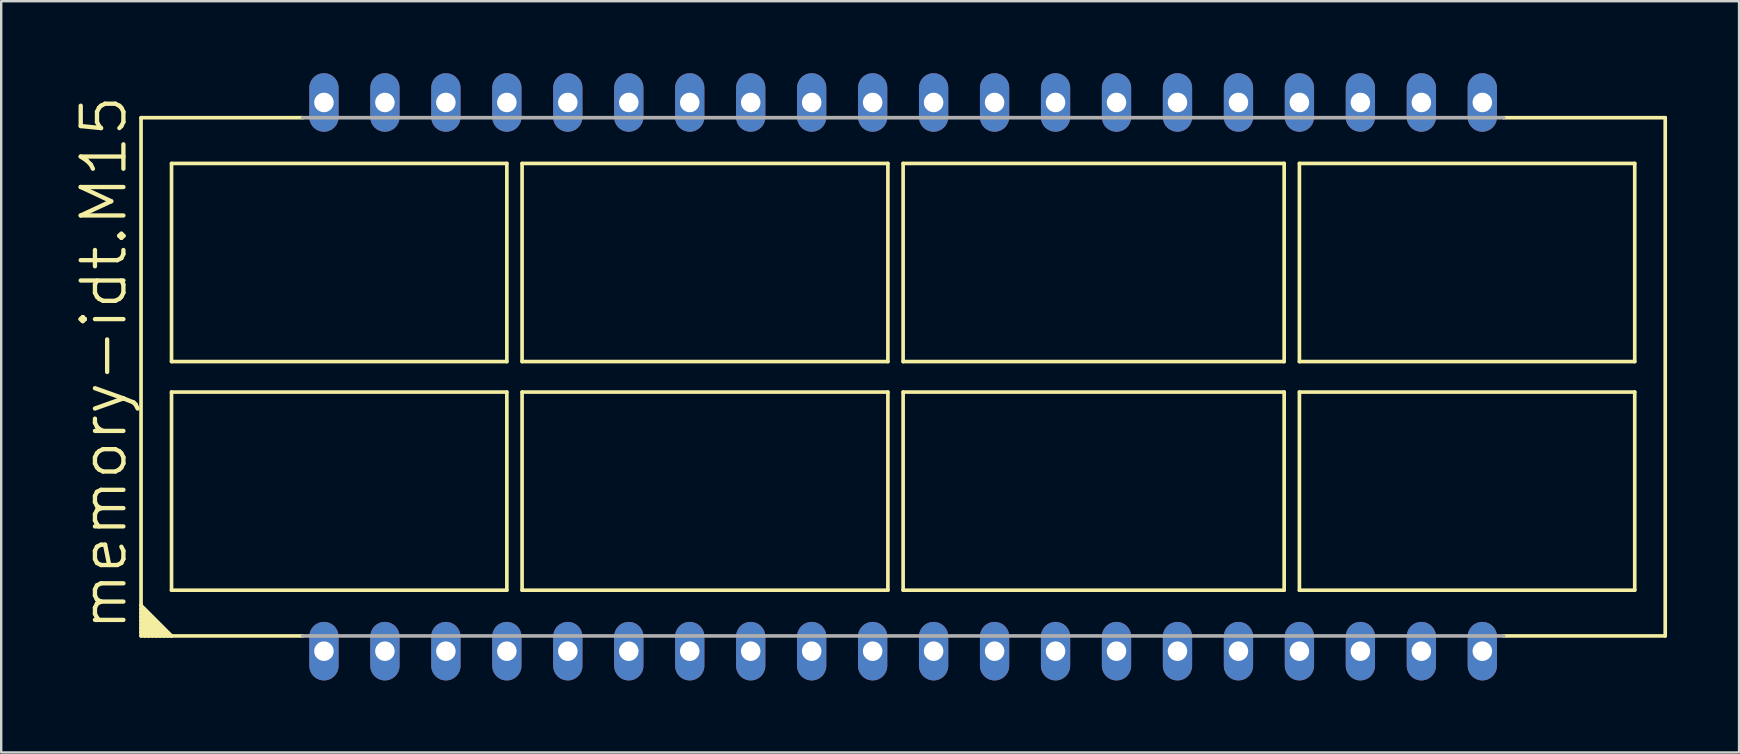
<source format=kicad_pcb>
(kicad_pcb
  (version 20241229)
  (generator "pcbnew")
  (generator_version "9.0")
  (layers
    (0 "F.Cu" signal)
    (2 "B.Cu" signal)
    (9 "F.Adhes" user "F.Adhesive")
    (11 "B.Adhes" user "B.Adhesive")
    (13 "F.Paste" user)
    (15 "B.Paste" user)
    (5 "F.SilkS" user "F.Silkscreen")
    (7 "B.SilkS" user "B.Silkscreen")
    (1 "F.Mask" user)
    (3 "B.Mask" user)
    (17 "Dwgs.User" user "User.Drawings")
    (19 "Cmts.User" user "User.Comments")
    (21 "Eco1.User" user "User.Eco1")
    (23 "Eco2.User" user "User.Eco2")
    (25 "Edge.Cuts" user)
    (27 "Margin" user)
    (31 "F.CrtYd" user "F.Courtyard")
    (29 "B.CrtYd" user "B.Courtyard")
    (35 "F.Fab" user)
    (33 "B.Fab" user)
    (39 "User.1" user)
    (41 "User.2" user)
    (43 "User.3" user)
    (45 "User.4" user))
  (footprint "memory-idt.M15"
    (layer "F.Cu")
    (at 34.576 12.649)
    (property "Reference" "memory-idt.M15" (at -32.258 10.668 90) (layer "F.SilkS") (effects (font (size 1.778 1.778) (thickness 0.18)) (justify left bottom)))
    (attr through_hole)
    (fp_line (start -31.75 9.525) (end -31.75 -10.795) (stroke (width 0.152) (type default)) (layer "F.SilkS"))
    (fp_line (start -31.75 9.525) (end -30.48 10.795) (stroke (width 0.152) (type default)) (layer "F.SilkS"))
    (fp_line (start -31.75 9.684) (end -31.75 9.525) (stroke (width 0.152) (type default)) (layer "F.SilkS"))
    (fp_line (start -31.75 9.684) (end -30.639 10.795) (stroke (width 0.152) (type default)) (layer "F.SilkS"))
    (fp_line (start -31.75 9.842) (end -31.75 9.684) (stroke (width 0.152) (type default)) (layer "F.SilkS"))
    (fp_line (start -31.75 9.842) (end -30.797 10.795) (stroke (width 0.152) (type default)) (layer "F.SilkS"))
    (fp_line (start -31.75 10.001) (end -31.75 9.842) (stroke (width 0.152) (type default)) (layer "F.SilkS"))
    (fp_line (start -31.75 10.001) (end -30.956 10.795) (stroke (width 0.152) (type default)) (layer "F.SilkS"))
    (fp_line (start -31.75 10.16) (end -31.75 10.001) (stroke (width 0.152) (type default)) (layer "F.SilkS"))
    (fp_line (start -31.75 10.16) (end -31.115 10.795) (stroke (width 0.152) (type default)) (layer "F.SilkS"))
    (fp_line (start -31.75 10.319) (end -31.75 10.16) (stroke (width 0.152) (type default)) (layer "F.SilkS"))
    (fp_line (start -31.75 10.319) (end -31.274 10.795) (stroke (width 0.152) (type default)) (layer "F.SilkS"))
    (fp_line (start -31.75 10.477) (end -31.75 10.319) (stroke (width 0.152) (type default)) (layer "F.SilkS"))
    (fp_line (start -31.75 10.477) (end -31.433 10.795) (stroke (width 0.152) (type default)) (layer "F.SilkS"))
    (fp_line (start -31.75 10.636) (end -31.75 10.477) (stroke (width 0.152) (type default)) (layer "F.SilkS"))
    (fp_line (start -31.75 10.636) (end -31.591 10.795) (stroke (width 0.152) (type default)) (layer "F.SilkS"))
    (fp_line (start -31.75 10.795) (end -31.75 10.636) (stroke (width 0.152) (type default)) (layer "F.SilkS"))
    (fp_line (start -31.591 10.795) (end -31.75 10.795) (stroke (width 0.152) (type default)) (layer "F.SilkS"))
    (fp_line (start -31.433 10.795) (end -31.591 10.795) (stroke (width 0.152) (type default)) (layer "F.SilkS"))
    (fp_line (start -31.274 10.795) (end -31.433 10.795) (stroke (width 0.152) (type default)) (layer "F.SilkS"))
    (fp_line (start -31.115 10.795) (end -31.274 10.795) (stroke (width 0.152) (type default)) (layer "F.SilkS"))
    (fp_line (start -30.956 10.795) (end -31.115 10.795) (stroke (width 0.152) (type default)) (layer "F.SilkS"))
    (fp_line (start -30.797 10.795) (end -30.956 10.795) (stroke (width 0.152) (type default)) (layer "F.SilkS"))
    (fp_line (start -30.639 10.795) (end -30.797 10.795) (stroke (width 0.152) (type default)) (layer "F.SilkS"))
    (fp_line (start -30.48 -8.89) (end -30.48 -0.635) (stroke (width 0.152) (type default)) (layer "F.SilkS"))
    (fp_line (start -30.48 -0.635) (end -16.51 -0.635) (stroke (width 0.152) (type default)) (layer "F.SilkS"))
    (fp_line (start -30.48 0.635) (end -30.48 8.89) (stroke (width 0.152) (type default)) (layer "F.SilkS"))
    (fp_line (start -30.48 8.89) (end -16.51 8.89) (stroke (width 0.152) (type default)) (layer "F.SilkS"))
    (fp_line (start -30.48 10.795) (end -30.639 10.795) (stroke (width 0.152) (type default)) (layer "F.SilkS"))
    (fp_line (start -25.019 -10.795) (end -31.75 -10.795) (stroke (width 0.152) (type default)) (layer "F.SilkS"))
    (fp_line (start -25.019 10.795) (end -30.48 10.795) (stroke (width 0.152) (type default)) (layer "F.SilkS"))
    (fp_line (start -16.51 -8.89) (end -30.48 -8.89) (stroke (width 0.152) (type default)) (layer "F.SilkS"))
    (fp_line (start -16.51 -0.635) (end -16.51 -8.89) (stroke (width 0.152) (type default)) (layer "F.SilkS"))
    (fp_line (start -16.51 0.635) (end -30.48 0.635) (stroke (width 0.152) (type default)) (layer "F.SilkS"))
    (fp_line (start -16.51 8.89) (end -16.51 0.635) (stroke (width 0.152) (type default)) (layer "F.SilkS"))
    (fp_line (start -15.875 -8.89) (end -0.635 -8.89) (stroke (width 0.152) (type default)) (layer "F.SilkS"))
    (fp_line (start -15.875 -0.635) (end -15.875 -8.89) (stroke (width 0.152) (type default)) (layer "F.SilkS"))
    (fp_line (start -15.875 0.635) (end -15.875 8.89) (stroke (width 0.152) (type default)) (layer "F.SilkS"))
    (fp_line (start -15.875 8.89) (end -0.635 8.89) (stroke (width 0.152) (type default)) (layer "F.SilkS"))
    (fp_line (start -0.635 -8.89) (end -0.635 -0.635) (stroke (width 0.152) (type default)) (layer "F.SilkS"))
    (fp_line (start -0.635 -0.635) (end -15.875 -0.635) (stroke (width 0.152) (type default)) (layer "F.SilkS"))
    (fp_line (start -0.635 0.635) (end -15.875 0.635) (stroke (width 0.152) (type default)) (layer "F.SilkS"))
    (fp_line (start -0.635 8.89) (end -0.635 0.635) (stroke (width 0.152) (type default)) (layer "F.SilkS"))
    (fp_line (start 0 -8.89) (end 15.875 -8.89) (stroke (width 0.152) (type default)) (layer "F.SilkS"))
    (fp_line (start 0 -0.635) (end 0 -8.89) (stroke (width 0.152) (type default)) (layer "F.SilkS"))
    (fp_line (start 0 0.635) (end 0 8.89) (stroke (width 0.152) (type default)) (layer "F.SilkS"))
    (fp_line (start 0 8.89) (end 15.875 8.89) (stroke (width 0.152) (type default)) (layer "F.SilkS"))
    (fp_line (start 15.875 -8.89) (end 15.875 -0.635) (stroke (width 0.152) (type default)) (layer "F.SilkS"))
    (fp_line (start 15.875 -0.635) (end 0 -0.635) (stroke (width 0.152) (type default)) (layer "F.SilkS"))
    (fp_line (start 15.875 0.635) (end 0 0.635) (stroke (width 0.152) (type default)) (layer "F.SilkS"))
    (fp_line (start 15.875 8.89) (end 15.875 0.635) (stroke (width 0.152) (type default)) (layer "F.SilkS"))
    (fp_line (start 16.51 -8.89) (end 30.48 -8.89) (stroke (width 0.152) (type default)) (layer "F.SilkS"))
    (fp_line (start 16.51 -0.635) (end 16.51 -8.89) (stroke (width 0.152) (type default)) (layer "F.SilkS"))
    (fp_line (start 16.51 0.635) (end 16.51 8.89) (stroke (width 0.152) (type default)) (layer "F.SilkS"))
    (fp_line (start 16.51 8.89) (end 30.48 8.89) (stroke (width 0.152) (type default)) (layer "F.SilkS"))
    (fp_line (start 30.48 -8.89) (end 30.48 -0.635) (stroke (width 0.152) (type default)) (layer "F.SilkS"))
    (fp_line (start 30.48 -0.635) (end 16.51 -0.635) (stroke (width 0.152) (type default)) (layer "F.SilkS"))
    (fp_line (start 30.48 0.635) (end 16.51 0.635) (stroke (width 0.152) (type default)) (layer "F.SilkS"))
    (fp_line (start 30.48 8.89) (end 30.48 0.635) (stroke (width 0.152) (type default)) (layer "F.SilkS"))
    (fp_line (start 31.75 -10.795) (end 25.019 -10.795) (stroke (width 0.152) (type default)) (layer "F.SilkS"))
    (fp_line (start 31.75 -10.795) (end 31.75 10.795) (stroke (width 0.152) (type default)) (layer "F.SilkS"))
    (fp_line (start 31.75 10.795) (end 25.019 10.795) (stroke (width 0.152) (type default)) (layer "F.SilkS"))
    (fp_line (start -25.019 -10.795) (end 25.019 -10.795) (stroke (width 0.152) (type default)) (layer "F.Fab"))
    (fp_line (start 25.019 10.795) (end -25.019 10.795) (stroke (width 0.152) (type default)) (layer "F.Fab"))
    (pad "1" thru_hole oval (at -24.13 11.43 90) (size 2.438 1.219) (drill 0.813) (layers "*.Cu" "*.Mask"))
    (pad "2" thru_hole oval (at -21.59 11.43 90) (size 2.438 1.219) (drill 0.813) (layers "*.Cu" "*.Mask"))
    (pad "3" thru_hole oval (at -19.05 11.43 90) (size 2.438 1.219) (drill 0.813) (layers "*.Cu" "*.Mask"))
    (pad "4" thru_hole oval (at -16.51 11.43 90) (size 2.438 1.219) (drill 0.813) (layers "*.Cu" "*.Mask"))
    (pad "5" thru_hole oval (at -13.97 11.43 90) (size 2.438 1.219) (drill 0.813) (layers "*.Cu" "*.Mask"))
    (pad "6" thru_hole oval (at -11.43 11.43 90) (size 2.438 1.219) (drill 0.813) (layers "*.Cu" "*.Mask"))
    (pad "7" thru_hole oval (at -8.89 11.43 90) (size 2.438 1.219) (drill 0.813) (layers "*.Cu" "*.Mask"))
    (pad "8" thru_hole oval (at -6.35 11.43 90) (size 2.438 1.219) (drill 0.813) (layers "*.Cu" "*.Mask"))
    (pad "9" thru_hole oval (at -3.81 11.43 90) (size 2.438 1.219) (drill 0.813) (layers "*.Cu" "*.Mask"))
    (pad "10" thru_hole oval (at -1.27 11.43 90) (size 2.438 1.219) (drill 0.813) (layers "*.Cu" "*.Mask"))
    (pad "11" thru_hole oval (at 1.27 11.43 90) (size 2.438 1.219) (drill 0.813) (layers "*.Cu" "*.Mask"))
    (pad "12" thru_hole oval (at 3.81 11.43 90) (size 2.438 1.219) (drill 0.813) (layers "*.Cu" "*.Mask"))
    (pad "13" thru_hole oval (at 6.35 11.43 90) (size 2.438 1.219) (drill 0.813) (layers "*.Cu" "*.Mask"))
    (pad "14" thru_hole oval (at 8.89 11.43 90) (size 2.438 1.219) (drill 0.813) (layers "*.Cu" "*.Mask"))
    (pad "15" thru_hole oval (at 11.43 11.43 90) (size 2.438 1.219) (drill 0.813) (layers "*.Cu" "*.Mask"))
    (pad "16" thru_hole oval (at 13.97 11.43 90) (size 2.438 1.219) (drill 0.813) (layers "*.Cu" "*.Mask"))
    (pad "17" thru_hole oval (at 16.51 11.43 90) (size 2.438 1.219) (drill 0.813) (layers "*.Cu" "*.Mask"))
    (pad "18" thru_hole oval (at 19.05 11.43 90) (size 2.438 1.219) (drill 0.813) (layers "*.Cu" "*.Mask"))
    (pad "19" thru_hole oval (at 21.59 11.43 90) (size 2.438 1.219) (drill 0.813) (layers "*.Cu" "*.Mask"))
    (pad "20" thru_hole oval (at 24.13 11.43 90) (size 2.438 1.219) (drill 0.813) (layers "*.Cu" "*.Mask"))
    (pad "21" thru_hole oval (at 24.13 -11.43 90) (size 2.438 1.219) (drill 0.813) (layers "*.Cu" "*.Mask"))
    (pad "22" thru_hole oval (at 21.59 -11.43 90) (size 2.438 1.219) (drill 0.813) (layers "*.Cu" "*.Mask"))
    (pad "23" thru_hole oval (at 19.05 -11.43 90) (size 2.438 1.219) (drill 0.813) (layers "*.Cu" "*.Mask"))
    (pad "24" thru_hole oval (at 16.51 -11.43 90) (size 2.438 1.219) (drill 0.813) (layers "*.Cu" "*.Mask"))
    (pad "25" thru_hole oval (at 13.97 -11.43 90) (size 2.438 1.219) (drill 0.813) (layers "*.Cu" "*.Mask"))
    (pad "26" thru_hole oval (at 11.43 -11.43 90) (size 2.438 1.219) (drill 0.813) (layers "*.Cu" "*.Mask"))
    (pad "27" thru_hole oval (at 8.89 -11.43 90) (size 2.438 1.219) (drill 0.813) (layers "*.Cu" "*.Mask"))
    (pad "28" thru_hole oval (at 6.35 -11.43 90) (size 2.438 1.219) (drill 0.813) (layers "*.Cu" "*.Mask"))
    (pad "29" thru_hole oval (at 3.81 -11.43 90) (size 2.438 1.219) (drill 0.813) (layers "*.Cu" "*.Mask"))
    (pad "30" thru_hole oval (at 1.27 -11.43 90) (size 2.438 1.219) (drill 0.813) (layers "*.Cu" "*.Mask"))
    (pad "31" thru_hole oval (at -1.27 -11.43 90) (size 2.438 1.219) (drill 0.813) (layers "*.Cu" "*.Mask"))
    (pad "32" thru_hole oval (at -3.81 -11.43 90) (size 2.438 1.219) (drill 0.813) (layers "*.Cu" "*.Mask"))
    (pad "33" thru_hole oval (at -6.35 -11.43 90) (size 2.438 1.219) (drill 0.813) (layers "*.Cu" "*.Mask"))
    (pad "34" thru_hole oval (at -8.89 -11.43 90) (size 2.438 1.219) (drill 0.813) (layers "*.Cu" "*.Mask"))
    (pad "35" thru_hole oval (at -11.43 -11.43 90) (size 2.438 1.219) (drill 0.813) (layers "*.Cu" "*.Mask"))
    (pad "36" thru_hole oval (at -13.97 -11.43 90) (size 2.438 1.219) (drill 0.813) (layers "*.Cu" "*.Mask"))
    (pad "37" thru_hole oval (at -16.51 -11.43 90) (size 2.438 1.219) (drill 0.813) (layers "*.Cu" "*.Mask"))
    (pad "38" thru_hole oval (at -19.05 -11.43 90) (size 2.438 1.219) (drill 0.813) (layers "*.Cu" "*.Mask"))
    (pad "39" thru_hole oval (at -21.59 -11.43 90) (size 2.438 1.219) (drill 0.813) (layers "*.Cu" "*.Mask"))
    (pad "40" thru_hole oval (at -24.13 -11.43 90) (size 2.438 1.219) (drill 0.813) (layers "*.Cu" "*.Mask")))
  (gr_rect
    (start -3 -3)
    (end 69.402 28.298)
    (stroke (width 0.1) (type default))
    (fill no)
    (layer "Edge.Cuts")))
</source>
